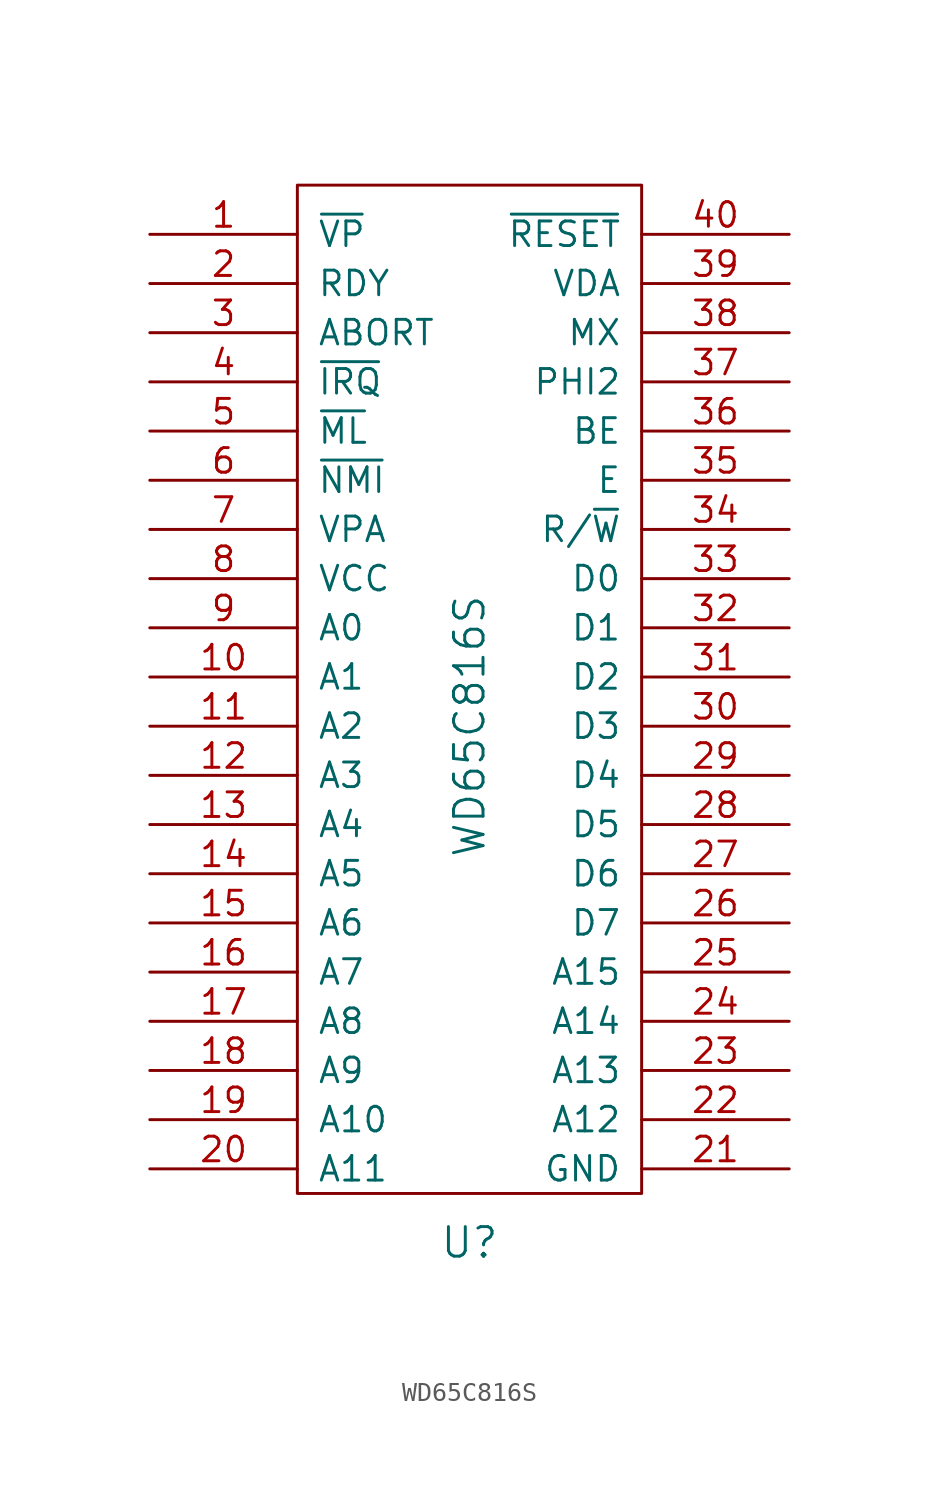
<source format=kicad_sym>
(kicad_symbol_lib
  (version 20211014)
  (generator kicad_symbol_editor)
  (symbol "WD65C816S"
    (pin_names
      (offset 1.016))
    (property "Reference" "U"
      (at 0 -29.21 0)
      (effects (font (size 1.524 1.524))))
    (property "Value" "WD65C816S"
      (at 0 -2.54 90)
      (effects (font (size 1.524 1.524))))
    (property "Footprint" ""
      (at -12.7 5.08 0)
      (effects (font (size 1.524 1.524))))
    (property "Datasheet" ""
      (at -12.7 5.08 0)
      (effects (font (size 1.524 1.524))))
    (symbol "WD65C816S_0_1"
      (rectangle (start -8.89 25.4) (end 8.89 -26.67) (stroke (width 0) (type default) (color 0 0 0 0)) (fill (type none))))
    (symbol "WD65C816S_1_1"
      (pin output line (at -16.51 22.86 0) (length 7.62) (name "~{VP}" (effects (font (size 1.27 1.27)))) (number "1" (effects (font (size 1.27 1.27)))))
      (pin output line (at -16.51 0 0) (length 7.62) (name "A1" (effects (font (size 1.27 1.27)))) (number "10" (effects (font (size 1.27 1.27)))))
      (pin output line (at -16.51 -2.54 0) (length 7.62) (name "A2" (effects (font (size 1.27 1.27)))) (number "11" (effects (font (size 1.27 1.27)))))
      (pin output line (at -16.51 -5.08 0) (length 7.62) (name "A3" (effects (font (size 1.27 1.27)))) (number "12" (effects (font (size 1.27 1.27)))))
      (pin output line (at -16.51 -7.62 0) (length 7.62) (name "A4" (effects (font (size 1.27 1.27)))) (number "13" (effects (font (size 1.27 1.27)))))
      (pin output line (at -16.51 -10.16 0) (length 7.62) (name "A5" (effects (font (size 1.27 1.27)))) (number "14" (effects (font (size 1.27 1.27)))))
      (pin output line (at -16.51 -12.7 0) (length 7.62) (name "A6" (effects (font (size 1.27 1.27)))) (number "15" (effects (font (size 1.27 1.27)))))
      (pin output line (at -16.51 -15.24 0) (length 7.62) (name "A7" (effects (font (size 1.27 1.27)))) (number "16" (effects (font (size 1.27 1.27)))))
      (pin output line (at -16.51 -17.78 0) (length 7.62) (name "A8" (effects (font (size 1.27 1.27)))) (number "17" (effects (font (size 1.27 1.27)))))
      (pin output line (at -16.51 -20.32 0) (length 7.62) (name "A9" (effects (font (size 1.27 1.27)))) (number "18" (effects (font (size 1.27 1.27)))))
      (pin output line (at -16.51 -22.86 0) (length 7.62) (name "A10" (effects (font (size 1.27 1.27)))) (number "19" (effects (font (size 1.27 1.27)))))
      (pin bidirectional line (at -16.51 20.32 0) (length 7.62) (name "RDY" (effects (font (size 1.27 1.27)))) (number "2" (effects (font (size 1.27 1.27)))))
      (pin output line (at -16.51 -25.4 0) (length 7.62) (name "A11" (effects (font (size 1.27 1.27)))) (number "20" (effects (font (size 1.27 1.27)))))
      (pin power_in line (at 16.51 -25.4 180) (length 7.62) (name "GND" (effects (font (size 1.27 1.27)))) (number "21" (effects (font (size 1.27 1.27)))))
      (pin output line (at 16.51 -22.86 180) (length 7.62) (name "A12" (effects (font (size 1.27 1.27)))) (number "22" (effects (font (size 1.27 1.27)))))
      (pin output line (at 16.51 -20.32 180) (length 7.62) (name "A13" (effects (font (size 1.27 1.27)))) (number "23" (effects (font (size 1.27 1.27)))))
      (pin output line (at 16.51 -17.78 180) (length 7.62) (name "A14" (effects (font (size 1.27 1.27)))) (number "24" (effects (font (size 1.27 1.27)))))
      (pin output line (at 16.51 -15.24 180) (length 7.62) (name "A15" (effects (font (size 1.27 1.27)))) (number "25" (effects (font (size 1.27 1.27)))))
      (pin tri_state line (at 16.51 -12.7 180) (length 7.62) (name "D7" (effects (font (size 1.27 1.27)))) (number "26" (effects (font (size 1.27 1.27)))))
      (pin tri_state line (at 16.51 -10.16 180) (length 7.62) (name "D6" (effects (font (size 1.27 1.27)))) (number "27" (effects (font (size 1.27 1.27)))))
      (pin tri_state line (at 16.51 -7.62 180) (length 7.62) (name "D5" (effects (font (size 1.27 1.27)))) (number "28" (effects (font (size 1.27 1.27)))))
      (pin tri_state line (at 16.51 -5.08 180) (length 7.62) (name "D4" (effects (font (size 1.27 1.27)))) (number "29" (effects (font (size 1.27 1.27)))))
      (pin input line (at -16.51 17.78 0) (length 7.62) (name "ABORT" (effects (font (size 1.27 1.27)))) (number "3" (effects (font (size 1.27 1.27)))))
      (pin tri_state line (at 16.51 -2.54 180) (length 7.62) (name "D3" (effects (font (size 1.27 1.27)))) (number "30" (effects (font (size 1.27 1.27)))))
      (pin tri_state line (at 16.51 0 180) (length 7.62) (name "D2" (effects (font (size 1.27 1.27)))) (number "31" (effects (font (size 1.27 1.27)))))
      (pin tri_state line (at 16.51 2.54 180) (length 7.62) (name "D1" (effects (font (size 1.27 1.27)))) (number "32" (effects (font (size 1.27 1.27)))))
      (pin tri_state line (at 16.51 5.08 180) (length 7.62) (name "D0" (effects (font (size 1.27 1.27)))) (number "33" (effects (font (size 1.27 1.27)))))
      (pin output line (at 16.51 7.62 180) (length 7.62) (name "R/~{W}" (effects (font (size 1.27 1.27)))) (number "34" (effects (font (size 1.27 1.27)))))
      (pin output line (at 16.51 10.16 180) (length 7.62) (name "E" (effects (font (size 1.27 1.27)))) (number "35" (effects (font (size 1.27 1.27)))))
      (pin input line (at 16.51 12.7 180) (length 7.62) (name "BE" (effects (font (size 1.27 1.27)))) (number "36" (effects (font (size 1.27 1.27)))))
      (pin input line (at 16.51 15.24 180) (length 7.62) (name "PHI2" (effects (font (size 1.27 1.27)))) (number "37" (effects (font (size 1.27 1.27)))))
      (pin output line (at 16.51 17.78 180) (length 7.62) (name "MX" (effects (font (size 1.27 1.27)))) (number "38" (effects (font (size 1.27 1.27)))))
      (pin output line (at 16.51 20.32 180) (length 7.62) (name "VDA" (effects (font (size 1.27 1.27)))) (number "39" (effects (font (size 1.27 1.27)))))
      (pin input line (at -16.51 15.24 0) (length 7.62) (name "~{IRQ}" (effects (font (size 1.27 1.27)))) (number "4" (effects (font (size 1.27 1.27)))))
      (pin input line (at 16.51 22.86 180) (length 7.62) (name "~{RESET}" (effects (font (size 1.27 1.27)))) (number "40" (effects (font (size 1.27 1.27)))))
      (pin output line (at -16.51 12.7 0) (length 7.62) (name "~{ML}" (effects (font (size 1.27 1.27)))) (number "5" (effects (font (size 1.27 1.27)))))
      (pin input line (at -16.51 10.16 0) (length 7.62) (name "~{NMI}" (effects (font (size 1.27 1.27)))) (number "6" (effects (font (size 1.27 1.27)))))
      (pin output line (at -16.51 7.62 0) (length 7.62) (name "VPA" (effects (font (size 1.27 1.27)))) (number "7" (effects (font (size 1.27 1.27)))))
      (pin power_in line (at -16.51 5.08 0) (length 7.62) (name "VCC" (effects (font (size 1.27 1.27)))) (number "8" (effects (font (size 1.27 1.27)))))
      (pin output line (at -16.51 2.54 0) (length 7.62) (name "A0" (effects (font (size 1.27 1.27)))) (number "9" (effects (font (size 1.27 1.27))))))))
</source>
